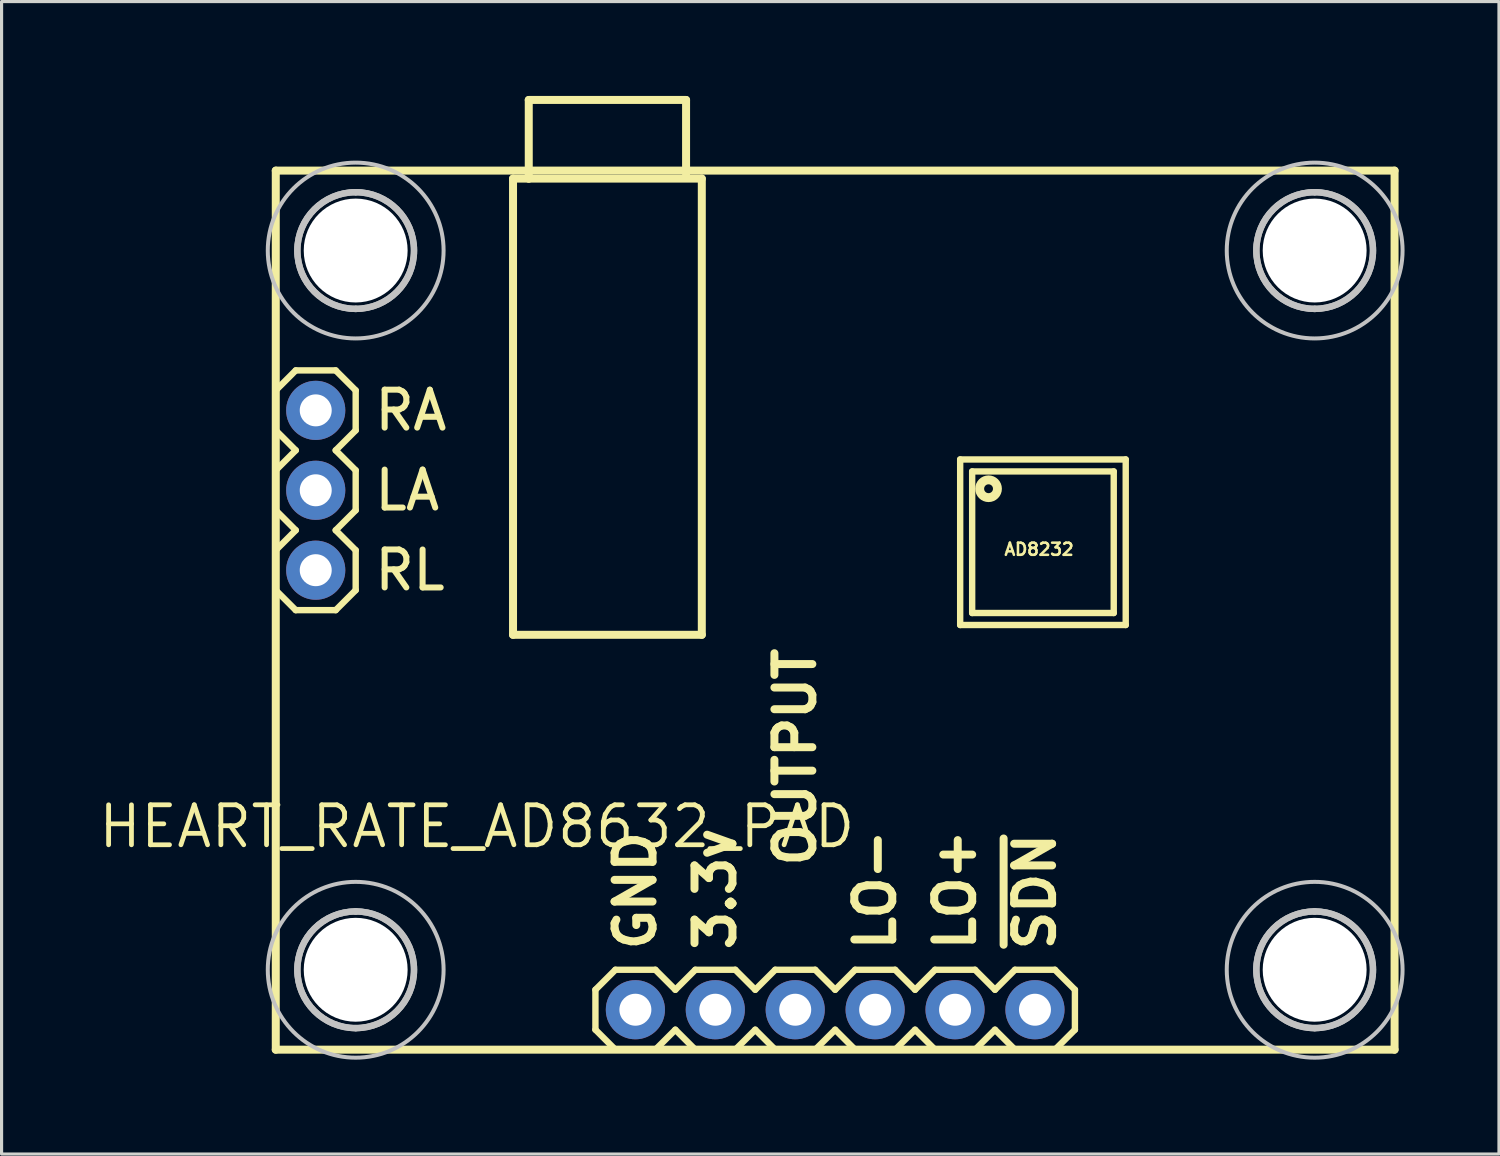
<source format=kicad_pcb>
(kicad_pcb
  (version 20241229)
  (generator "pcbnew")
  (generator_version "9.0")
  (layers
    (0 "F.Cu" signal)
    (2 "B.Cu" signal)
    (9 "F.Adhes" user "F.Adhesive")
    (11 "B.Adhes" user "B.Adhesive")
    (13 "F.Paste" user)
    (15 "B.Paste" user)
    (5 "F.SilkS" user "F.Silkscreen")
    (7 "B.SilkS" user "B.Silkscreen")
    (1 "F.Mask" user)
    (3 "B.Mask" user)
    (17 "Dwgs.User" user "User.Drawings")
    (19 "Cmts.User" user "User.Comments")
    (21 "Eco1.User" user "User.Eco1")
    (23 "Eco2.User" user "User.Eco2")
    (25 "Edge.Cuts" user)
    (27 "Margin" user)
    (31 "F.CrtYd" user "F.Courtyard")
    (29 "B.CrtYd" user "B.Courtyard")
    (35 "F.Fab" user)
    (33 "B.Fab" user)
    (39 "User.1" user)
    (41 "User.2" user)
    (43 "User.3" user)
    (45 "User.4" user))
  (footprint "HEART_RATE_AD8632_PAD"
    (layer "F.Cu")
    (at 5.715 30.313)
    (property "Reference" "HEART_RATE_AD8632_PAD" (at -5.715 -6.35 0) (layer "F.SilkS") (effects (font (size 1.27 1.27) (thickness 0.152)) (justify left bottom)))
    (attr through_hole)
    (fp_line (start 0 -27.94) (end 0 0) (stroke (width 0.254) (type solid)) (layer "F.SilkS"))
    (fp_line (start 0 -20.955) (end 0.635 -21.59) (stroke (width 0.203) (type solid)) (layer "F.SilkS"))
    (fp_line (start 0 -19.685) (end 0 -20.955) (stroke (width 0.203) (type solid)) (layer "F.SilkS"))
    (fp_line (start 0 -18.415) (end 0.635 -19.05) (stroke (width 0.203) (type solid)) (layer "F.SilkS"))
    (fp_line (start 0 -17.145) (end 0 -18.415) (stroke (width 0.203) (type solid)) (layer "F.SilkS"))
    (fp_line (start 0 -15.875) (end 0.635 -16.51) (stroke (width 0.203) (type solid)) (layer "F.SilkS"))
    (fp_line (start 0 -14.605) (end 0 -15.875) (stroke (width 0.203) (type solid)) (layer "F.SilkS"))
    (fp_line (start 0 -14.605) (end 0.635 -13.97) (stroke (width 0.203) (type solid)) (layer "F.SilkS"))
    (fp_line (start 0 0) (end 35.56 0) (stroke (width 0.254) (type solid)) (layer "F.SilkS"))
    (fp_line (start 0.635 -21.59) (end 1.905 -21.59) (stroke (width 0.203) (type solid)) (layer "F.SilkS"))
    (fp_line (start 0.635 -19.05) (end 0 -19.685) (stroke (width 0.203) (type solid)) (layer "F.SilkS"))
    (fp_line (start 0.635 -16.51) (end 0 -17.145) (stroke (width 0.203) (type solid)) (layer "F.SilkS"))
    (fp_line (start 0.635 -13.97) (end 1.905 -13.97) (stroke (width 0.203) (type solid)) (layer "F.SilkS"))
    (fp_line (start 1.905 -21.59) (end 2.54 -20.955) (stroke (width 0.203) (type solid)) (layer "F.SilkS"))
    (fp_line (start 1.905 -19.05) (end 2.54 -18.415) (stroke (width 0.203) (type solid)) (layer "F.SilkS"))
    (fp_line (start 1.905 -16.51) (end 2.54 -15.875) (stroke (width 0.203) (type solid)) (layer "F.SilkS"))
    (fp_line (start 1.905 -13.97) (end 2.54 -14.605) (stroke (width 0.203) (type solid)) (layer "F.SilkS"))
    (fp_line (start 2.54 -20.955) (end 2.54 -19.685) (stroke (width 0.203) (type solid)) (layer "F.SilkS"))
    (fp_line (start 2.54 -19.685) (end 1.905 -19.05) (stroke (width 0.203) (type solid)) (layer "F.SilkS"))
    (fp_line (start 2.54 -18.415) (end 2.54 -17.145) (stroke (width 0.203) (type solid)) (layer "F.SilkS"))
    (fp_line (start 2.54 -17.145) (end 1.905 -16.51) (stroke (width 0.203) (type solid)) (layer "F.SilkS"))
    (fp_line (start 2.54 -15.875) (end 2.54 -14.605) (stroke (width 0.203) (type solid)) (layer "F.SilkS"))
    (fp_line (start 7.541 -13.186) (end 7.541 -27.686) (stroke (width 0.254) (type solid)) (layer "F.SilkS"))
    (fp_line (start 8.041 -30.186) (end 8.041 -27.686) (stroke (width 0.254) (type solid)) (layer "F.SilkS"))
    (fp_line (start 8.041 -27.686) (end 7.541 -27.686) (stroke (width 0.254) (type solid)) (layer "F.SilkS"))
    (fp_line (start 10.16 -1.905) (end 10.16 -0.635) (stroke (width 0.203) (type solid)) (layer "F.SilkS"))
    (fp_line (start 10.16 -0.635) (end 10.795 0) (stroke (width 0.203) (type solid)) (layer "F.SilkS"))
    (fp_line (start 10.795 -2.54) (end 10.16 -1.905) (stroke (width 0.203) (type solid)) (layer "F.SilkS"))
    (fp_line (start 10.795 -2.54) (end 12.065 -2.54) (stroke (width 0.203) (type solid)) (layer "F.SilkS"))
    (fp_line (start 12.065 -2.54) (end 12.7 -1.905) (stroke (width 0.203) (type solid)) (layer "F.SilkS"))
    (fp_line (start 12.065 0) (end 10.795 0) (stroke (width 0.203) (type solid)) (layer "F.SilkS"))
    (fp_line (start 12.7 -1.905) (end 13.335 -2.54) (stroke (width 0.203) (type solid)) (layer "F.SilkS"))
    (fp_line (start 12.7 -0.635) (end 12.065 0) (stroke (width 0.203) (type solid)) (layer "F.SilkS"))
    (fp_line (start 13.041 -30.186) (end 8.041 -30.186) (stroke (width 0.254) (type solid)) (layer "F.SilkS"))
    (fp_line (start 13.041 -27.838) (end 13.041 -30.186) (stroke (width 0.254) (type solid)) (layer "F.SilkS"))
    (fp_line (start 13.335 -2.54) (end 14.605 -2.54) (stroke (width 0.203) (type solid)) (layer "F.SilkS"))
    (fp_line (start 13.335 0) (end 12.7 -0.635) (stroke (width 0.203) (type solid)) (layer "F.SilkS"))
    (fp_line (start 13.541 -27.686) (end 8.041 -27.686) (stroke (width 0.254) (type solid)) (layer "F.SilkS"))
    (fp_line (start 13.541 -13.186) (end 7.541 -13.186) (stroke (width 0.254) (type solid)) (layer "F.SilkS"))
    (fp_line (start 13.541 -13.186) (end 13.541 -27.686) (stroke (width 0.254) (type solid)) (layer "F.SilkS"))
    (fp_line (start 14.605 -2.54) (end 15.24 -1.905) (stroke (width 0.203) (type solid)) (layer "F.SilkS"))
    (fp_line (start 14.605 0) (end 13.335 0) (stroke (width 0.203) (type solid)) (layer "F.SilkS"))
    (fp_line (start 15.24 -1.905) (end 15.875 -2.54) (stroke (width 0.203) (type solid)) (layer "F.SilkS"))
    (fp_line (start 15.24 -0.635) (end 14.605 0) (stroke (width 0.203) (type solid)) (layer "F.SilkS"))
    (fp_line (start 15.875 -2.54) (end 17.145 -2.54) (stroke (width 0.203) (type solid)) (layer "F.SilkS"))
    (fp_line (start 15.875 0) (end 15.24 -0.635) (stroke (width 0.203) (type solid)) (layer "F.SilkS"))
    (fp_line (start 17.145 -2.54) (end 17.78 -1.905) (stroke (width 0.203) (type solid)) (layer "F.SilkS"))
    (fp_line (start 17.145 0) (end 15.875 0) (stroke (width 0.203) (type solid)) (layer "F.SilkS"))
    (fp_line (start 17.78 -0.635) (end 17.145 0) (stroke (width 0.203) (type solid)) (layer "F.SilkS"))
    (fp_line (start 17.78 -0.635) (end 18.415 0) (stroke (width 0.203) (type solid)) (layer "F.SilkS"))
    (fp_line (start 18.415 -2.54) (end 17.78 -1.905) (stroke (width 0.203) (type solid)) (layer "F.SilkS"))
    (fp_line (start 18.415 -2.54) (end 19.685 -2.54) (stroke (width 0.203) (type solid)) (layer "F.SilkS"))
    (fp_line (start 19.685 -2.54) (end 20.32 -1.905) (stroke (width 0.203) (type solid)) (layer "F.SilkS"))
    (fp_line (start 19.685 0) (end 18.415 0) (stroke (width 0.203) (type solid)) (layer "F.SilkS"))
    (fp_line (start 20.32 -1.905) (end 20.955 -2.54) (stroke (width 0.203) (type solid)) (layer "F.SilkS"))
    (fp_line (start 20.32 -0.635) (end 19.685 0) (stroke (width 0.203) (type solid)) (layer "F.SilkS"))
    (fp_line (start 20.955 -2.54) (end 22.225 -2.54) (stroke (width 0.203) (type solid)) (layer "F.SilkS"))
    (fp_line (start 20.955 0) (end 20.32 -0.635) (stroke (width 0.203) (type solid)) (layer "F.SilkS"))
    (fp_line (start 21.753 -18.76) (end 21.753 -13.498) (stroke (width 0.203) (type solid)) (layer "F.SilkS"))
    (fp_line (start 21.753 -13.498) (end 27.015 -13.498) (stroke (width 0.203) (type solid)) (layer "F.SilkS"))
    (fp_line (start 22.134 -18.379) (end 22.134 -13.879) (stroke (width 0.203) (type solid)) (layer "F.SilkS"))
    (fp_line (start 22.134 -13.879) (end 26.634 -13.879) (stroke (width 0.203) (type solid)) (layer "F.SilkS"))
    (fp_line (start 22.225 -2.54) (end 22.86 -1.905) (stroke (width 0.203) (type solid)) (layer "F.SilkS"))
    (fp_line (start 22.225 0) (end 20.955 0) (stroke (width 0.203) (type solid)) (layer "F.SilkS"))
    (fp_line (start 22.86 -1.905) (end 23.495 -2.54) (stroke (width 0.203) (type solid)) (layer "F.SilkS"))
    (fp_line (start 22.86 -0.635) (end 22.225 0) (stroke (width 0.203) (type solid)) (layer "F.SilkS"))
    (fp_line (start 23.495 -2.54) (end 24.765 -2.54) (stroke (width 0.203) (type solid)) (layer "F.SilkS"))
    (fp_line (start 23.495 0) (end 22.86 -0.635) (stroke (width 0.203) (type solid)) (layer "F.SilkS"))
    (fp_line (start 24.765 -2.54) (end 25.4 -1.905) (stroke (width 0.203) (type solid)) (layer "F.SilkS"))
    (fp_line (start 24.765 0) (end 23.495 0) (stroke (width 0.203) (type solid)) (layer "F.SilkS"))
    (fp_line (start 25.4 -1.905) (end 25.4 -0.635) (stroke (width 0.203) (type solid)) (layer "F.SilkS"))
    (fp_line (start 25.4 -0.635) (end 24.765 0) (stroke (width 0.203) (type solid)) (layer "F.SilkS"))
    (fp_line (start 26.634 -18.379) (end 22.134 -18.379) (stroke (width 0.203) (type solid)) (layer "F.SilkS"))
    (fp_line (start 26.634 -13.879) (end 26.634 -18.379) (stroke (width 0.203) (type solid)) (layer "F.SilkS"))
    (fp_line (start 27.015 -18.76) (end 21.753 -18.76) (stroke (width 0.203) (type solid)) (layer "F.SilkS"))
    (fp_line (start 27.015 -13.498) (end 27.015 -18.76) (stroke (width 0.203) (type solid)) (layer "F.SilkS"))
    (fp_line (start 35.56 -27.94) (end 0 -27.94) (stroke (width 0.254) (type solid)) (layer "F.SilkS"))
    (fp_line (start 35.56 0) (end 35.56 -27.94) (stroke (width 0.254) (type solid)) (layer "F.SilkS"))
    (fp_circle (center 22.655 -17.829) (end 22.796 -17.829) (stroke (width 0.283) (type solid)) (fill no) (layer "F.SilkS"))
    (fp_arc (start 2.54 -27.2542) (mid 4.3942 -25.4) (end 2.54 -23.5458) (stroke (width 0.2032) (type solid)) (layer "Dwgs.User"))
    (fp_arc (start 2.54 -27.2542) (mid 4.3942 -25.4) (end 2.54 -23.5458) (stroke (width 0.2032) (type solid)) (layer "Dwgs.User"))
    (fp_arc (start 2.54 -23.5458) (mid 0.6858 -25.4) (end 2.54 -27.2542) (stroke (width 0.2032) (type solid)) (layer "Dwgs.User"))
    (fp_arc (start 2.54 -23.5458) (mid 0.6858 -25.4) (end 2.54 -27.2542) (stroke (width 0.2032) (type solid)) (layer "Dwgs.User"))
    (fp_arc (start 2.54 -4.3942) (mid 4.3942 -2.54) (end 2.54 -0.6858) (stroke (width 0.2032) (type solid)) (layer "Dwgs.User"))
    (fp_arc (start 2.54 -4.3942) (mid 4.3942 -2.54) (end 2.54 -0.6858) (stroke (width 0.2032) (type solid)) (layer "Dwgs.User"))
    (fp_arc (start 2.54 -0.6858) (mid 0.6858 -2.54) (end 2.54 -4.3942) (stroke (width 0.2032) (type solid)) (layer "Dwgs.User"))
    (fp_arc (start 2.54 -0.6858) (mid 0.6858 -2.54) (end 2.54 -4.3942) (stroke (width 0.2032) (type solid)) (layer "Dwgs.User"))
    (fp_arc (start 33.02 -27.2542) (mid 34.8742 -25.4) (end 33.02 -23.5458) (stroke (width 0.2032) (type solid)) (layer "Dwgs.User"))
    (fp_arc (start 33.02 -27.2542) (mid 34.8742 -25.4) (end 33.02 -23.5458) (stroke (width 0.2032) (type solid)) (layer "Dwgs.User"))
    (fp_arc (start 33.02 -23.5458) (mid 31.1658 -25.4) (end 33.02 -27.2542) (stroke (width 0.2032) (type solid)) (layer "Dwgs.User"))
    (fp_arc (start 33.02 -23.5458) (mid 31.1658 -25.4) (end 33.02 -27.2542) (stroke (width 0.2032) (type solid)) (layer "Dwgs.User"))
    (fp_arc (start 33.02 -4.3942) (mid 34.8742 -2.54) (end 33.02 -0.6858) (stroke (width 0.2032) (type solid)) (layer "Dwgs.User"))
    (fp_arc (start 33.02 -4.3942) (mid 34.8742 -2.54) (end 33.02 -0.6858) (stroke (width 0.2032) (type solid)) (layer "Dwgs.User"))
    (fp_arc (start 33.02 -0.6858) (mid 31.1658 -2.54) (end 33.02 -4.3942) (stroke (width 0.2032) (type solid)) (layer "Dwgs.User"))
    (fp_arc (start 33.02 -0.6858) (mid 31.1658 -2.54) (end 33.02 -4.3942) (stroke (width 0.2032) (type solid)) (layer "Dwgs.User"))
    (fp_circle (center 2.54 -25.4) (end 5.334 -25.4) (stroke (width 0.127) (type solid)) (fill no) (layer "Dwgs.User"))
    (fp_circle (center 2.54 -2.54) (end 5.334 -2.54) (stroke (width 0.127) (type solid)) (fill no) (layer "Dwgs.User"))
    (fp_circle (center 33.02 -25.4) (end 35.814 -25.4) (stroke (width 0.127) (type solid)) (fill no) (layer "Dwgs.User"))
    (fp_circle (center 33.02 -2.54) (end 35.814 -2.54) (stroke (width 0.127) (type solid)) (fill no) (layer "Dwgs.User"))
    (fp_poly (pts (xy 1.524 -20.066) (xy 1.524 -20.574) (xy 1.016 -20.574) (xy 1.016 -20.066)) (stroke (width 0.1) (type solid)) (fill no) (layer "F.Fab"))
    (fp_poly (pts (xy 1.524 -17.526) (xy 1.524 -18.034) (xy 1.016 -18.034) (xy 1.016 -17.526)) (stroke (width 0.1) (type solid)) (fill no) (layer "F.Fab"))
    (fp_poly (pts (xy 1.524 -14.986) (xy 1.524 -15.494) (xy 1.016 -15.494) (xy 1.016 -14.986)) (stroke (width 0.1) (type solid)) (fill no) (layer "F.Fab"))
    (fp_poly (pts (xy 11.176 -1.016) (xy 11.684 -1.016) (xy 11.684 -1.524) (xy 11.176 -1.524)) (stroke (width 0.1) (type solid)) (fill no) (layer "F.Fab"))
    (fp_poly (pts (xy 13.716 -1.016) (xy 14.224 -1.016) (xy 14.224 -1.524) (xy 13.716 -1.524)) (stroke (width 0.1) (type solid)) (fill no) (layer "F.Fab"))
    (fp_poly (pts (xy 16.256 -1.016) (xy 16.764 -1.016) (xy 16.764 -1.524) (xy 16.256 -1.524)) (stroke (width 0.1) (type solid)) (fill no) (layer "F.Fab"))
    (fp_poly (pts (xy 18.796 -1.016) (xy 19.304 -1.016) (xy 19.304 -1.524) (xy 18.796 -1.524)) (stroke (width 0.1) (type solid)) (fill no) (layer "F.Fab"))
    (fp_poly (pts (xy 21.336 -1.016) (xy 21.844 -1.016) (xy 21.844 -1.524) (xy 21.336 -1.524)) (stroke (width 0.1) (type solid)) (fill no) (layer "F.Fab"))
    (fp_poly (pts (xy 23.876 -1.016) (xy 24.384 -1.016) (xy 24.384 -1.524) (xy 23.876 -1.524)) (stroke (width 0.1) (type solid)) (fill no) (layer "F.Fab"))
    (fp_text user "RA" (at 3.048 -20.32 0) (layer "F.SilkS") (effects (font (size 1.206 1.206) (thickness 0.191)) (justify left)))
    (fp_text user "AD8232" (at 23.114 -16.129 0) (layer "F.SilkS") (effects (font (size 0.386 0.386) (thickness 0.081)) (justify left top)))
    (fp_text user "3.3v" (at 13.97 -3.048 90) (layer "F.SilkS") (effects (font (size 1.206 1.206) (thickness 0.254)) (justify left)))
    (fp_text user "GND" (at 11.43 -3.048 90) (layer "F.SilkS") (effects (font (size 1.206 1.206) (thickness 0.254)) (justify left)))
    (fp_text user "~{SDN}" (at 24.13 -3.048 90) (layer "F.SilkS") (effects (font (size 1.206 1.206) (thickness 0.254)) (justify left)))
    (fp_text user "LO+" (at 21.59 -3.048 90) (layer "F.SilkS") (effects (font (size 1.206 1.206) (thickness 0.254)) (justify left)))
    (fp_text user "RL" (at 3.048 -15.24 0) (layer "F.SilkS") (effects (font (size 1.206 1.206) (thickness 0.191)) (justify left)))
    (fp_text user "LO-" (at 19.05 -3.048 90) (layer "F.SilkS") (effects (font (size 1.206 1.206) (thickness 0.254)) (justify left)))
    (fp_text user "LA" (at 3.048 -17.78 0) (layer "F.SilkS") (effects (font (size 1.206 1.206) (thickness 0.191)) (justify left)))
    (fp_text user "OUTPUT" (at 16.51 -5.715 90) (layer "F.SilkS") (effects (font (size 1.206 1.206) (thickness 0.254)) (justify left)))
    (pad "" np_thru_hole circle (at 2.54 -25.4) (size 3.302 3.302) (drill 3.302) (layers "*.Cu" "*.Mask"))
    (pad "" np_thru_hole circle (at 2.54 -2.54) (size 3.302 3.302) (drill 3.302) (layers "*.Cu" "*.Mask"))
    (pad "" np_thru_hole circle (at 33.02 -25.4) (size 3.302 3.302) (drill 3.302) (layers "*.Cu" "*.Mask"))
    (pad "" np_thru_hole circle (at 33.02 -2.54) (size 3.302 3.302) (drill 3.302) (layers "*.Cu" "*.Mask"))
    (pad "1" thru_hole circle (at 1.27 -20.32 180) (size 1.88 1.88) (drill 1.016) (layers "*.Cu" "*.Mask"))
    (pad "2" thru_hole circle (at 1.27 -17.78 180) (size 1.88 1.88) (drill 1.016) (layers "*.Cu" "*.Mask"))
    (pad "3" thru_hole circle (at 1.27 -15.24 180) (size 1.88 1.88) (drill 1.016) (layers "*.Cu" "*.Mask"))
    (pad "4" thru_hole circle (at 11.43 -1.27 90) (size 1.88 1.88) (drill 1.016) (layers "*.Cu" "*.Mask"))
    (pad "5" thru_hole circle (at 13.97 -1.27 90) (size 1.88 1.88) (drill 1.016) (layers "*.Cu" "*.Mask"))
    (pad "6" thru_hole circle (at 16.51 -1.27 90) (size 1.88 1.88) (drill 1.016) (layers "*.Cu" "*.Mask"))
    (pad "7" thru_hole circle (at 19.05 -1.27 90) (size 1.88 1.88) (drill 1.016) (layers "*.Cu" "*.Mask"))
    (pad "8" thru_hole circle (at 21.59 -1.27 90) (size 1.88 1.88) (drill 1.016) (layers "*.Cu" "*.Mask"))
    (pad "9" thru_hole circle (at 24.13 -1.27 90) (size 1.88 1.88) (drill 1.016) (layers "*.Cu" "*.Mask")))
  (gr_rect
    (start -3 -3)
    (end 44.593 33.63)
    (stroke (width 0.1) (type default))
    (fill no)
    (layer "Edge.Cuts")))
</source>
